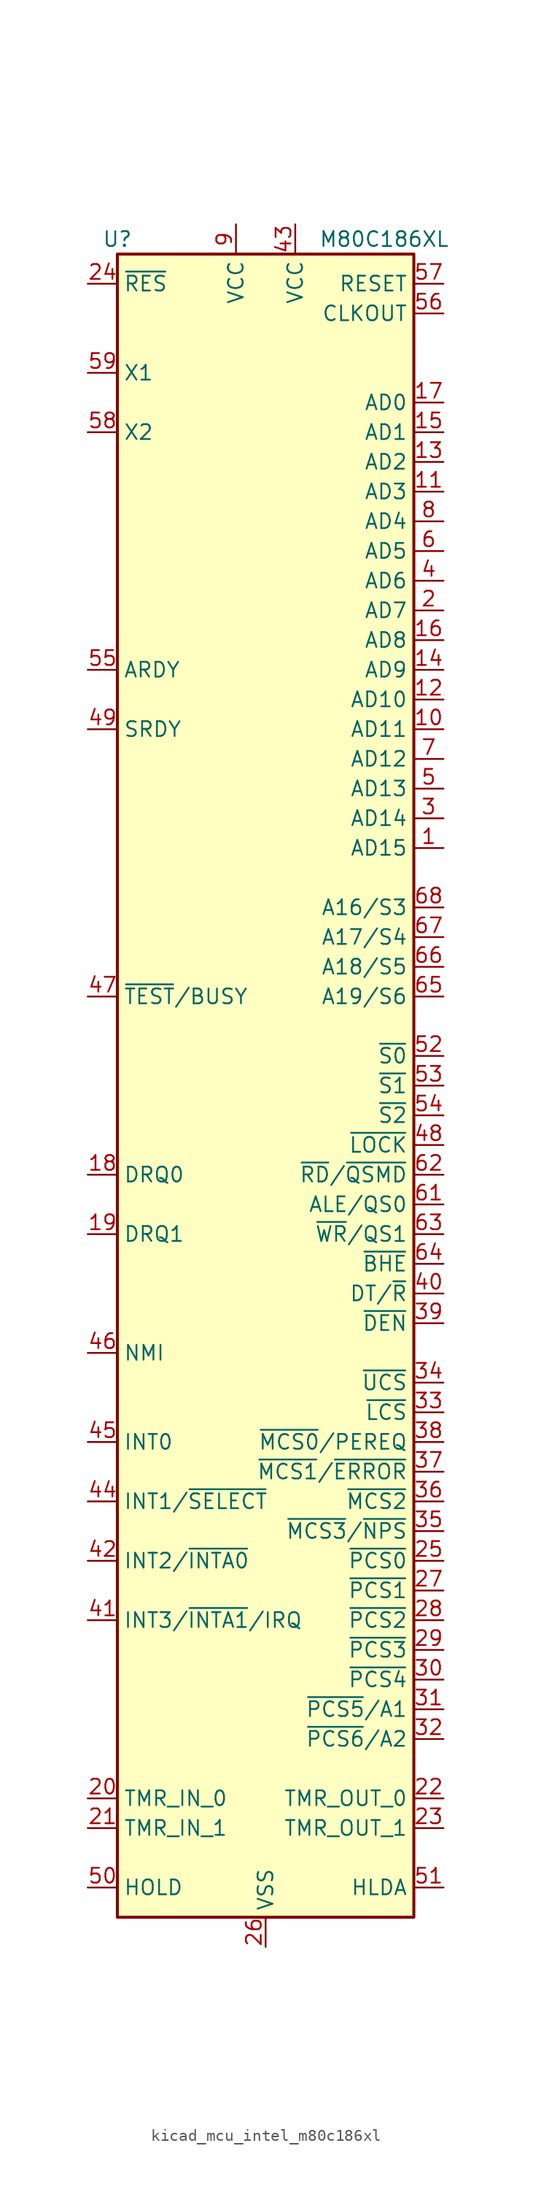
<source format=kicad_sym>
(kicad_symbol_lib
  (version 20220914)
  (generator kicad_symbol_editor)
  (symbol "kicad_mcu_intel_m80c186xl"
    (property "Reference" "U"
      (at -12.7 72.39 0)
      (effects (font (size 1.27 1.27))))
    (property "Value" "M80C186XL"
      (at 10.16 72.39 0)
      (effects (font (size 1.27 1.27))))
    (symbol "kicad_mcu_intel_m80c186xl_0_1"
      (rectangle (start 12.7 -71.12) (end -12.7 71.12) (stroke (width 0.254) (type default)) (fill (type background))))
    (symbol "kicad_mcu_intel_m80c186xl_1_1"
      (pin bidirectional line (at 15.24 20.32 180) (length 2.54) (name "AD15" (effects (font (size 1.27 1.27)))) (number "1" (effects (font (size 1.27 1.27)))))
      (pin bidirectional line (at 15.24 30.48 180) (length 2.54) (name "AD11" (effects (font (size 1.27 1.27)))) (number "10" (effects (font (size 1.27 1.27)))))
      (pin bidirectional line (at 15.24 50.8 180) (length 2.54) (name "AD3" (effects (font (size 1.27 1.27)))) (number "11" (effects (font (size 1.27 1.27)))))
      (pin bidirectional line (at 15.24 33.02 180) (length 2.54) (name "AD10" (effects (font (size 1.27 1.27)))) (number "12" (effects (font (size 1.27 1.27)))))
      (pin bidirectional line (at 15.24 53.34 180) (length 2.54) (name "AD2" (effects (font (size 1.27 1.27)))) (number "13" (effects (font (size 1.27 1.27)))))
      (pin bidirectional line (at 15.24 35.56 180) (length 2.54) (name "AD9" (effects (font (size 1.27 1.27)))) (number "14" (effects (font (size 1.27 1.27)))))
      (pin bidirectional line (at 15.24 55.88 180) (length 2.54) (name "AD1" (effects (font (size 1.27 1.27)))) (number "15" (effects (font (size 1.27 1.27)))))
      (pin bidirectional line (at 15.24 38.1 180) (length 2.54) (name "AD8" (effects (font (size 1.27 1.27)))) (number "16" (effects (font (size 1.27 1.27)))))
      (pin bidirectional line (at 15.24 58.42 180) (length 2.54) (name "AD0" (effects (font (size 1.27 1.27)))) (number "17" (effects (font (size 1.27 1.27)))))
      (pin input line (at -15.24 -7.62 0) (length 2.54) (name "DRQ0" (effects (font (size 1.27 1.27)))) (number "18" (effects (font (size 1.27 1.27)))))
      (pin input line (at -15.24 -12.7 0) (length 2.54) (name "DRQ1" (effects (font (size 1.27 1.27)))) (number "19" (effects (font (size 1.27 1.27)))))
      (pin bidirectional line (at 15.24 40.64 180) (length 2.54) (name "AD7" (effects (font (size 1.27 1.27)))) (number "2" (effects (font (size 1.27 1.27)))))
      (pin input line (at -15.24 -60.96 0) (length 2.54) (name "TMR_IN_0" (effects (font (size 1.27 1.27)))) (number "20" (effects (font (size 1.27 1.27)))))
      (pin input line (at -15.24 -63.5 0) (length 2.54) (name "TMR_IN_1" (effects (font (size 1.27 1.27)))) (number "21" (effects (font (size 1.27 1.27)))))
      (pin output line (at 15.24 -60.96 180) (length 2.54) (name "TMR_OUT_0" (effects (font (size 1.27 1.27)))) (number "22" (effects (font (size 1.27 1.27)))))
      (pin output line (at 15.24 -63.5 180) (length 2.54) (name "TMR_OUT_1" (effects (font (size 1.27 1.27)))) (number "23" (effects (font (size 1.27 1.27)))))
      (pin input line (at -15.24 68.58 0) (length 2.54) (name "~{RES}" (effects (font (size 1.27 1.27)))) (number "24" (effects (font (size 1.27 1.27)))))
      (pin output line (at 15.24 -40.64 180) (length 2.54) (name "~{PCS0}" (effects (font (size 1.27 1.27)))) (number "25" (effects (font (size 1.27 1.27)))))
      (pin power_in line (at 0 -73.66 90) (length 2.54) (name "VSS" (effects (font (size 1.27 1.27)))) (number "26" (effects (font (size 1.27 1.27)))))
      (pin output line (at 15.24 -43.18 180) (length 2.54) (name "~{PCS1}" (effects (font (size 1.27 1.27)))) (number "27" (effects (font (size 1.27 1.27)))))
      (pin output line (at 15.24 -45.72 180) (length 2.54) (name "~{PCS2}" (effects (font (size 1.27 1.27)))) (number "28" (effects (font (size 1.27 1.27)))))
      (pin output line (at 15.24 -48.26 180) (length 2.54) (name "~{PCS3}" (effects (font (size 1.27 1.27)))) (number "29" (effects (font (size 1.27 1.27)))))
      (pin bidirectional line (at 15.24 22.86 180) (length 2.54) (name "AD14" (effects (font (size 1.27 1.27)))) (number "3" (effects (font (size 1.27 1.27)))))
      (pin output line (at 15.24 -50.8 180) (length 2.54) (name "~{PCS4}" (effects (font (size 1.27 1.27)))) (number "30" (effects (font (size 1.27 1.27)))))
      (pin output line (at 15.24 -53.34 180) (length 2.54) (name "~{PCS5}/A1" (effects (font (size 1.27 1.27)))) (number "31" (effects (font (size 1.27 1.27)))))
      (pin output line (at 15.24 -55.88 180) (length 2.54) (name "~{PCS6}/A2" (effects (font (size 1.27 1.27)))) (number "32" (effects (font (size 1.27 1.27)))))
      (pin bidirectional line (at 15.24 -27.94 180) (length 2.54) (name "~{LCS}" (effects (font (size 1.27 1.27)))) (number "33" (effects (font (size 1.27 1.27)))))
      (pin bidirectional line (at 15.24 -25.4 180) (length 2.54) (name "~{UCS}" (effects (font (size 1.27 1.27)))) (number "34" (effects (font (size 1.27 1.27)))))
      (pin output line (at 15.24 -38.1 180) (length 2.54) (name "~{MCS3}/~{NPS}" (effects (font (size 1.27 1.27)))) (number "35" (effects (font (size 1.27 1.27)))))
      (pin output line (at 15.24 -35.56 180) (length 2.54) (name "~{MCS2}" (effects (font (size 1.27 1.27)))) (number "36" (effects (font (size 1.27 1.27)))))
      (pin bidirectional line (at 15.24 -33.02 180) (length 2.54) (name "~{MCS1}/~{ERROR}" (effects (font (size 1.27 1.27)))) (number "37" (effects (font (size 1.27 1.27)))))
      (pin bidirectional line (at 15.24 -30.48 180) (length 2.54) (name "~{MCS0}/PEREQ" (effects (font (size 1.27 1.27)))) (number "38" (effects (font (size 1.27 1.27)))))
      (pin output line (at 15.24 -20.32 180) (length 2.54) (name "~{DEN}" (effects (font (size 1.27 1.27)))) (number "39" (effects (font (size 1.27 1.27)))))
      (pin bidirectional line (at 15.24 43.18 180) (length 2.54) (name "AD6" (effects (font (size 1.27 1.27)))) (number "4" (effects (font (size 1.27 1.27)))))
      (pin output line (at 15.24 -17.78 180) (length 2.54) (name "DT/~{R}" (effects (font (size 1.27 1.27)))) (number "40" (effects (font (size 1.27 1.27)))))
      (pin bidirectional line (at -15.24 -45.72 0) (length 2.54) (name "INT3/~{INTA1}/IRQ" (effects (font (size 1.27 1.27)))) (number "41" (effects (font (size 1.27 1.27)))))
      (pin bidirectional line (at -15.24 -40.64 0) (length 2.54) (name "INT2/~{INTA0}" (effects (font (size 1.27 1.27)))) (number "42" (effects (font (size 1.27 1.27)))))
      (pin power_in line (at 2.54 73.66 270) (length 2.54) (name "VCC" (effects (font (size 1.27 1.27)))) (number "43" (effects (font (size 1.27 1.27)))))
      (pin input line (at -15.24 -35.56 0) (length 2.54) (name "INT1/~{SELECT}" (effects (font (size 1.27 1.27)))) (number "44" (effects (font (size 1.27 1.27)))))
      (pin input line (at -15.24 -30.48 0) (length 2.54) (name "INT0" (effects (font (size 1.27 1.27)))) (number "45" (effects (font (size 1.27 1.27)))))
      (pin input line (at -15.24 -22.86 0) (length 2.54) (name "NMI" (effects (font (size 1.27 1.27)))) (number "46" (effects (font (size 1.27 1.27)))))
      (pin bidirectional line (at -15.24 7.62 0) (length 2.54) (name "~{TEST}/BUSY" (effects (font (size 1.27 1.27)))) (number "47" (effects (font (size 1.27 1.27)))))
      (pin output line (at 15.24 -5.08 180) (length 2.54) (name "~{LOCK}" (effects (font (size 1.27 1.27)))) (number "48" (effects (font (size 1.27 1.27)))))
      (pin input line (at -15.24 30.48 0) (length 2.54) (name "SRDY" (effects (font (size 1.27 1.27)))) (number "49" (effects (font (size 1.27 1.27)))))
      (pin bidirectional line (at 15.24 25.4 180) (length 2.54) (name "AD13" (effects (font (size 1.27 1.27)))) (number "5" (effects (font (size 1.27 1.27)))))
      (pin input line (at -15.24 -68.58 0) (length 2.54) (name "HOLD" (effects (font (size 1.27 1.27)))) (number "50" (effects (font (size 1.27 1.27)))))
      (pin output line (at 15.24 -68.58 180) (length 2.54) (name "HLDA" (effects (font (size 1.27 1.27)))) (number "51" (effects (font (size 1.27 1.27)))))
      (pin output line (at 15.24 2.54 180) (length 2.54) (name "~{S0}" (effects (font (size 1.27 1.27)))) (number "52" (effects (font (size 1.27 1.27)))))
      (pin output line (at 15.24 0 180) (length 2.54) (name "~{S1}" (effects (font (size 1.27 1.27)))) (number "53" (effects (font (size 1.27 1.27)))))
      (pin output line (at 15.24 -2.54 180) (length 2.54) (name "~{S2}" (effects (font (size 1.27 1.27)))) (number "54" (effects (font (size 1.27 1.27)))))
      (pin input line (at -15.24 35.56 0) (length 2.54) (name "ARDY" (effects (font (size 1.27 1.27)))) (number "55" (effects (font (size 1.27 1.27)))))
      (pin output line (at 15.24 66.04 180) (length 2.54) (name "CLKOUT" (effects (font (size 1.27 1.27)))) (number "56" (effects (font (size 1.27 1.27)))))
      (pin output line (at 15.24 68.58 180) (length 2.54) (name "RESET" (effects (font (size 1.27 1.27)))) (number "57" (effects (font (size 1.27 1.27)))))
      (pin output line (at -15.24 55.88 0) (length 2.54) (name "X2" (effects (font (size 1.27 1.27)))) (number "58" (effects (font (size 1.27 1.27)))))
      (pin input line (at -15.24 60.96 0) (length 2.54) (name "X1" (effects (font (size 1.27 1.27)))) (number "59" (effects (font (size 1.27 1.27)))))
      (pin bidirectional line (at 15.24 45.72 180) (length 2.54) (name "AD5" (effects (font (size 1.27 1.27)))) (number "6" (effects (font (size 1.27 1.27)))))
      (pin passive line (at 0 -73.66 90) (length 2.54) hide (name "VSS" (effects (font (size 1.27 1.27)))) (number "60" (effects (font (size 1.27 1.27)))))
      (pin output line (at 15.24 -10.16 180) (length 2.54) (name "ALE/QS0" (effects (font (size 1.27 1.27)))) (number "61" (effects (font (size 1.27 1.27)))))
      (pin bidirectional line (at 15.24 -7.62 180) (length 2.54) (name "~{RD}/~{QSMD}" (effects (font (size 1.27 1.27)))) (number "62" (effects (font (size 1.27 1.27)))))
      (pin output line (at 15.24 -12.7 180) (length 2.54) (name "~{WR}/QS1" (effects (font (size 1.27 1.27)))) (number "63" (effects (font (size 1.27 1.27)))))
      (pin output line (at 15.24 -15.24 180) (length 2.54) (name "~{BHE}" (effects (font (size 1.27 1.27)))) (number "64" (effects (font (size 1.27 1.27)))))
      (pin output line (at 15.24 7.62 180) (length 2.54) (name "A19/S6" (effects (font (size 1.27 1.27)))) (number "65" (effects (font (size 1.27 1.27)))))
      (pin output line (at 15.24 10.16 180) (length 2.54) (name "A18/S5" (effects (font (size 1.27 1.27)))) (number "66" (effects (font (size 1.27 1.27)))))
      (pin output line (at 15.24 12.7 180) (length 2.54) (name "A17/S4" (effects (font (size 1.27 1.27)))) (number "67" (effects (font (size 1.27 1.27)))))
      (pin output line (at 15.24 15.24 180) (length 2.54) (name "A16/S3" (effects (font (size 1.27 1.27)))) (number "68" (effects (font (size 1.27 1.27)))))
      (pin bidirectional line (at 15.24 27.94 180) (length 2.54) (name "AD12" (effects (font (size 1.27 1.27)))) (number "7" (effects (font (size 1.27 1.27)))))
      (pin bidirectional line (at 15.24 48.26 180) (length 2.54) (name "AD4" (effects (font (size 1.27 1.27)))) (number "8" (effects (font (size 1.27 1.27)))))
      (pin power_in line (at -2.54 73.66 270) (length 2.54) (name "VCC" (effects (font (size 1.27 1.27)))) (number "9" (effects (font (size 1.27 1.27))))))))
</source>
